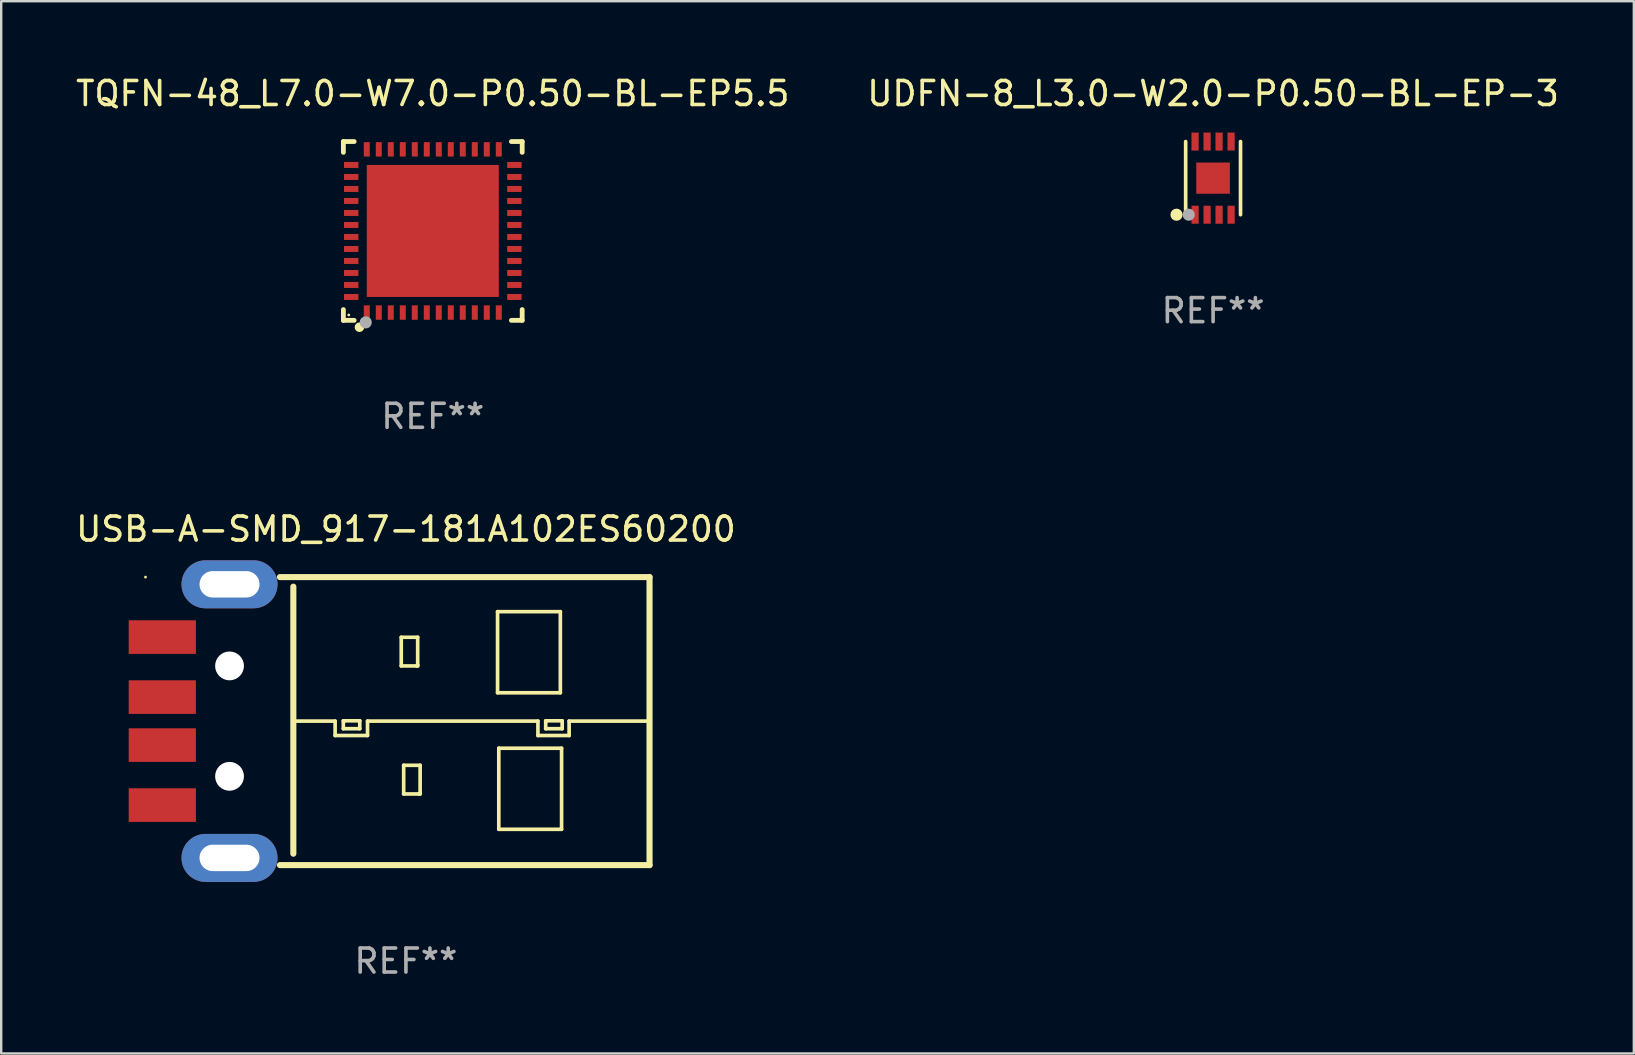
<source format=kicad_pcb>
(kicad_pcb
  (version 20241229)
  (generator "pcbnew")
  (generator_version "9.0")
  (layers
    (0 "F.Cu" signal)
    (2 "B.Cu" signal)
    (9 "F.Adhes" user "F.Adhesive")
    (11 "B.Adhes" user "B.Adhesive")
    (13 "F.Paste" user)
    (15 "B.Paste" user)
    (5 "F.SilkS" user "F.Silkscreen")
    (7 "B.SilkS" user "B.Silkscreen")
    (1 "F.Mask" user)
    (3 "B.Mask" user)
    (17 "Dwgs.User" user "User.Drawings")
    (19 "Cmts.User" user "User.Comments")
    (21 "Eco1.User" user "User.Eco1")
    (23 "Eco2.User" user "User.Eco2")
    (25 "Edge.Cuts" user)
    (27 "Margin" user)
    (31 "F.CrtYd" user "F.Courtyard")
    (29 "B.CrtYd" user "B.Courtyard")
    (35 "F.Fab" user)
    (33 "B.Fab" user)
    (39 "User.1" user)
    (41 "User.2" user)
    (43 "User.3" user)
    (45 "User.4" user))
  (footprint "UDFN-8_L3.0-W2.0-P0.50-BL-EP-3"
    (layer "F.Cu")
    (at 47.494 4.372)
    (property "Reference" "UDFN-8_L3.0-W2.0-P0.50-BL-EP-3" (at 0 -3.524 0) (layer "F.SilkS") (effects (font (size 1 1) (thickness 0.15))))
    (attr smd)
    (fp_line (start -1.143 1.524) (end -1.143 -1.524) (stroke (width 0.152) (type solid)) (layer "F.SilkS"))
    (fp_line (start 1.143 -1.524) (end 1.143 1.524) (stroke (width 0.152) (type solid)) (layer "F.SilkS"))
    (fp_circle (center -1.524 1.524) (end -1.397 1.524) (stroke (width 0.254) (type solid)) (fill no) (layer "F.SilkS"))
    (fp_circle (center -1 1.5) (end -0.97 1.5) (stroke (width 0.06) (type solid)) (fill no) (layer "F.SilkS"))
    (fp_circle (center -1.016 1.524) (end -0.889 1.524) (stroke (width 0.254) (type solid)) (fill no) (layer "F.Fab"))
    (fp_text user "REF**" (at 0 5.524 0) (layer "F.Fab") (effects (font (size 1 1) (thickness 0.15))))
    (pad "1" smd rect (at -0.75 1.524) (size 0.3 0.75) (layers "F.Cu" "F.Mask" "F.Paste"))
    (pad "2" smd rect (at -0.25 1.524) (size 0.3 0.75) (layers "F.Cu" "F.Mask" "F.Paste"))
    (pad "3" smd rect (at 0.25 1.524) (size 0.3 0.75) (layers "F.Cu" "F.Mask" "F.Paste"))
    (pad "4" smd rect (at 0.75 1.524) (size 0.3 0.75) (layers "F.Cu" "F.Mask" "F.Paste"))
    (pad "5" smd rect (at 0.75 -1.524) (size 0.3 0.75) (layers "F.Cu" "F.Mask" "F.Paste"))
    (pad "6" smd rect (at 0.25 -1.524) (size 0.3 0.75) (layers "F.Cu" "F.Mask" "F.Paste"))
    (pad "7" smd rect (at -0.25 -1.524) (size 0.3 0.75) (layers "F.Cu" "F.Mask" "F.Paste"))
    (pad "8" smd rect (at -0.75 -1.524) (size 0.3 0.75) (layers "F.Cu" "F.Mask" "F.Paste"))
    (pad "9" smd rect (at -0.000254 0) (size 1.4 1.3) (layers "F.Cu" "F.Mask" "F.Paste")))
  (footprint "TQFN-48_L7.0-W7.0-P0.50-BL-EP5.5"
    (layer "F.Cu")
    (at 14.982 6.573)
    (property "Reference" "TQFN-48_L7.0-W7.0-P0.50-BL-EP5.5" (at 0 -5.725 0) (layer "F.SilkS") (effects (font (size 1 1) (thickness 0.15))))
    (attr smd)
    (fp_line (start -3.725 -3.725) (end -3.275 -3.725) (stroke (width 0.2) (type solid)) (layer "F.SilkS"))
    (fp_line (start -3.725 -3.275) (end -3.725 -3.725) (stroke (width 0.2) (type solid)) (layer "F.SilkS"))
    (fp_line (start -3.725 3.725) (end -3.725 3.275) (stroke (width 0.2) (type solid)) (layer "F.SilkS"))
    (fp_line (start -3.275 3.725) (end -3.725 3.725) (stroke (width 0.2) (type solid)) (layer "F.SilkS"))
    (fp_line (start 3.275 3.725) (end 3.725 3.725) (stroke (width 0.2) (type solid)) (layer "F.SilkS"))
    (fp_line (start 3.725 -3.725) (end 3.275 -3.725) (stroke (width 0.2) (type solid)) (layer "F.SilkS"))
    (fp_line (start 3.725 -3.275) (end 3.725 -3.725) (stroke (width 0.2) (type solid)) (layer "F.SilkS"))
    (fp_line (start 3.725 3.725) (end 3.725 3.275) (stroke (width 0.2) (type solid)) (layer "F.SilkS"))
    (fp_circle (center -3.5 3.5) (end -3.47 3.5) (stroke (width 0.06) (type solid)) (fill no) (layer "F.SilkS"))
    (fp_circle (center -3.055 4.01) (end -2.955 4.01) (stroke (width 0.2) (type solid)) (fill no) (layer "F.SilkS"))
    (fp_circle (center -2.794 3.81) (end -2.667 3.81) (stroke (width 0.254) (type solid)) (fill no) (layer "F.Fab"))
    (fp_text user "REF**" (at 0 7.725 0) (layer "F.Fab") (effects (font (size 1 1) (thickness 0.15))))
    (pad "1" smd rect (at -2.75 3.4 180) (size 0.25 0.6) (layers "F.Cu" "F.Mask" "F.Paste"))
    (pad "2" smd rect (at -2.25 3.4 180) (size 0.25 0.6) (layers "F.Cu" "F.Mask" "F.Paste"))
    (pad "3" smd rect (at -1.75 3.4 180) (size 0.25 0.6) (layers "F.Cu" "F.Mask" "F.Paste"))
    (pad "4" smd rect (at -1.25 3.4 180) (size 0.25 0.6) (layers "F.Cu" "F.Mask" "F.Paste"))
    (pad "5" smd rect (at -0.75 3.4 180) (size 0.25 0.6) (layers "F.Cu" "F.Mask" "F.Paste"))
    (pad "6" smd rect (at -0.25 3.4 180) (size 0.25 0.6) (layers "F.Cu" "F.Mask" "F.Paste"))
    (pad "7" smd rect (at 0.25 3.4 180) (size 0.25 0.6) (layers "F.Cu" "F.Mask" "F.Paste"))
    (pad "8" smd rect (at 0.75 3.4 180) (size 0.25 0.6) (layers "F.Cu" "F.Mask" "F.Paste"))
    (pad "9" smd rect (at 1.25 3.4 180) (size 0.25 0.6) (layers "F.Cu" "F.Mask" "F.Paste"))
    (pad "10" smd rect (at 1.75 3.4 180) (size 0.25 0.6) (layers "F.Cu" "F.Mask" "F.Paste"))
    (pad "11" smd rect (at 2.25 3.4 180) (size 0.25 0.6) (layers "F.Cu" "F.Mask" "F.Paste"))
    (pad "12" smd rect (at 2.75 3.4 180) (size 0.25 0.6) (layers "F.Cu" "F.Mask" "F.Paste"))
    (pad "13" smd rect (at 3.4 2.75 90) (size 0.25 0.6) (layers "F.Cu" "F.Mask" "F.Paste"))
    (pad "14" smd rect (at 3.4 2.25 90) (size 0.25 0.6) (layers "F.Cu" "F.Mask" "F.Paste"))
    (pad "15" smd rect (at 3.4 1.75 90) (size 0.25 0.6) (layers "F.Cu" "F.Mask" "F.Paste"))
    (pad "16" smd rect (at 3.4 1.25 90) (size 0.25 0.6) (layers "F.Cu" "F.Mask" "F.Paste"))
    (pad "17" smd rect (at 3.4 0.75 90) (size 0.25 0.6) (layers "F.Cu" "F.Mask" "F.Paste"))
    (pad "18" smd rect (at 3.4 0.25 90) (size 0.25 0.6) (layers "F.Cu" "F.Mask" "F.Paste"))
    (pad "19" smd rect (at 3.4 -0.25 90) (size 0.25 0.6) (layers "F.Cu" "F.Mask" "F.Paste"))
    (pad "20" smd rect (at 3.4 -0.75 90) (size 0.25 0.6) (layers "F.Cu" "F.Mask" "F.Paste"))
    (pad "21" smd rect (at 3.4 -1.25 90) (size 0.25 0.6) (layers "F.Cu" "F.Mask" "F.Paste"))
    (pad "22" smd rect (at 3.4 -1.75 90) (size 0.25 0.6) (layers "F.Cu" "F.Mask" "F.Paste"))
    (pad "23" smd rect (at 3.4 -2.25 90) (size 0.25 0.6) (layers "F.Cu" "F.Mask" "F.Paste"))
    (pad "24" smd rect (at 3.4 -2.75 90) (size 0.25 0.6) (layers "F.Cu" "F.Mask" "F.Paste"))
    (pad "25" smd rect (at 2.75 -3.4 180) (size 0.25 0.6) (layers "F.Cu" "F.Mask" "F.Paste"))
    (pad "26" smd rect (at 2.25 -3.4 180) (size 0.25 0.6) (layers "F.Cu" "F.Mask" "F.Paste"))
    (pad "27" smd rect (at 1.75 -3.4 180) (size 0.25 0.6) (layers "F.Cu" "F.Mask" "F.Paste"))
    (pad "28" smd rect (at 1.25 -3.4 180) (size 0.25 0.6) (layers "F.Cu" "F.Mask" "F.Paste"))
    (pad "29" smd rect (at 0.75 -3.4 180) (size 0.25 0.6) (layers "F.Cu" "F.Mask" "F.Paste"))
    (pad "30" smd rect (at 0.25 -3.4 180) (size 0.25 0.6) (layers "F.Cu" "F.Mask" "F.Paste"))
    (pad "31" smd rect (at -0.25 -3.4 180) (size 0.25 0.6) (layers "F.Cu" "F.Mask" "F.Paste"))
    (pad "32" smd rect (at -0.75 -3.4 180) (size 0.25 0.6) (layers "F.Cu" "F.Mask" "F.Paste"))
    (pad "33" smd rect (at -1.25 -3.4 180) (size 0.25 0.6) (layers "F.Cu" "F.Mask" "F.Paste"))
    (pad "34" smd rect (at -1.75 -3.4 180) (size 0.25 0.6) (layers "F.Cu" "F.Mask" "F.Paste"))
    (pad "35" smd rect (at -2.25 -3.4 180) (size 0.25 0.6) (layers "F.Cu" "F.Mask" "F.Paste"))
    (pad "36" smd rect (at -2.75 -3.4 180) (size 0.25 0.6) (layers "F.Cu" "F.Mask" "F.Paste"))
    (pad "37" smd rect (at -3.4 -2.75 90) (size 0.25 0.6) (layers "F.Cu" "F.Mask" "F.Paste"))
    (pad "38" smd rect (at -3.4 -2.25 90) (size 0.25 0.6) (layers "F.Cu" "F.Mask" "F.Paste"))
    (pad "39" smd rect (at -3.4 -1.75 90) (size 0.25 0.6) (layers "F.Cu" "F.Mask" "F.Paste"))
    (pad "40" smd rect (at -3.4 -1.25 90) (size 0.25 0.6) (layers "F.Cu" "F.Mask" "F.Paste"))
    (pad "41" smd rect (at -3.4 -0.75 90) (size 0.25 0.6) (layers "F.Cu" "F.Mask" "F.Paste"))
    (pad "42" smd rect (at -3.4 -0.25 90) (size 0.25 0.6) (layers "F.Cu" "F.Mask" "F.Paste"))
    (pad "43" smd rect (at -3.4 0.25 90) (size 0.25 0.6) (layers "F.Cu" "F.Mask" "F.Paste"))
    (pad "44" smd rect (at -3.4 0.75 90) (size 0.25 0.6) (layers "F.Cu" "F.Mask" "F.Paste"))
    (pad "45" smd rect (at -3.4 1.25 90) (size 0.25 0.6) (layers "F.Cu" "F.Mask" "F.Paste"))
    (pad "46" smd rect (at -3.4 1.75 90) (size 0.25 0.6) (layers "F.Cu" "F.Mask" "F.Paste"))
    (pad "47" smd rect (at -3.4 2.25 90) (size 0.25 0.6) (layers "F.Cu" "F.Mask" "F.Paste"))
    (pad "48" smd rect (at -3.4 2.75 90) (size 0.25 0.6) (layers "F.Cu" "F.Mask" "F.Paste"))
    (pad "49" smd rect (at 0 0 90) (size 5.5 5.5) (layers "F.Cu" "F.Mask" "F.Paste")))
  (footprint "USB-A-SMD_917-181A102ES60200"
    (layer "F.Cu")
    (at 5.113 26.995)
    (property "Reference" "USB-A-SMD_917-181A102ES60200" (at 8.75 -8 0) (layer "F.SilkS") (effects (font (size 1 1) (thickness 0.15))))
    (attr through_hole)
    (fp_line (start 4.059 -5.601) (end 4.059 5.524) (stroke (width 0.254) (type solid)) (layer "F.SilkS"))
    (fp_line (start 4.2 -0.000051) (end 5.8 -0.000051) (stroke (width 0.152) (type solid)) (layer "F.SilkS"))
    (fp_line (start 5.8 -0.000051) (end 5.8 0.6) (stroke (width 0.152) (type solid)) (layer "F.SilkS"))
    (fp_line (start 5.8 0.6) (end 7.15 0.6) (stroke (width 0.152) (type solid)) (layer "F.SilkS"))
    (fp_line (start 6.142 -0.013) (end 6.142 0.317) (stroke (width 0.152) (type solid)) (layer "F.SilkS"))
    (fp_line (start 6.142 0.317) (end 6.827 0.317) (stroke (width 0.152) (type solid)) (layer "F.SilkS"))
    (fp_line (start 6.192 -0.013) (end 6.142 -0.013) (stroke (width 0.152) (type solid)) (layer "F.SilkS"))
    (fp_line (start 6.827 -0.013) (end 6.192 -0.013) (stroke (width 0.152) (type solid)) (layer "F.SilkS"))
    (fp_line (start 6.827 0.317) (end 6.827 -0.013) (stroke (width 0.152) (type solid)) (layer "F.SilkS"))
    (fp_line (start 7.15 -0.000051) (end 14.25 -0.000051) (stroke (width 0.152) (type solid)) (layer "F.SilkS"))
    (fp_line (start 7.15 0.6) (end 7.15 -0.000051) (stroke (width 0.152) (type solid)) (layer "F.SilkS"))
    (fp_line (start 8.555 -3.493) (end 8.555 -2.299) (stroke (width 0.152) (type solid)) (layer "F.SilkS"))
    (fp_line (start 8.555 -2.299) (end 9.19 -2.299) (stroke (width 0.152) (type solid)) (layer "F.SilkS"))
    (fp_line (start 8.656 1.841) (end 8.656 3.035) (stroke (width 0.152) (type solid)) (layer "F.SilkS"))
    (fp_line (start 8.656 3.035) (end 9.291 3.035) (stroke (width 0.152) (type solid)) (layer "F.SilkS"))
    (fp_line (start 9.19 -2.299) (end 9.24 -2.299) (stroke (width 0.152) (type solid)) (layer "F.SilkS"))
    (fp_line (start 9.24 -3.493) (end 8.555 -3.493) (stroke (width 0.152) (type solid)) (layer "F.SilkS"))
    (fp_line (start 9.24 -2.35) (end 9.24 -3.493) (stroke (width 0.152) (type solid)) (layer "F.SilkS"))
    (fp_line (start 9.24 -2.299) (end 9.24 -2.35) (stroke (width 0.152) (type solid)) (layer "F.SilkS"))
    (fp_line (start 9.291 3.035) (end 9.342 3.035) (stroke (width 0.152) (type solid)) (layer "F.SilkS"))
    (fp_line (start 9.342 1.841) (end 8.656 1.841) (stroke (width 0.152) (type solid)) (layer "F.SilkS"))
    (fp_line (start 9.342 2.984) (end 9.342 1.841) (stroke (width 0.152) (type solid)) (layer "F.SilkS"))
    (fp_line (start 9.342 3.035) (end 9.342 2.984) (stroke (width 0.152) (type solid)) (layer "F.SilkS"))
    (fp_line (start 12.568 -4.56) (end 15.184 -4.56) (stroke (width 0.152) (type solid)) (layer "F.SilkS"))
    (fp_line (start 12.568 -1.181) (end 12.568 -4.56) (stroke (width 0.152) (type solid)) (layer "F.SilkS"))
    (fp_line (start 12.619 1.13) (end 15.235 1.13) (stroke (width 0.152) (type solid)) (layer "F.SilkS"))
    (fp_line (start 12.619 4.508) (end 12.619 1.13) (stroke (width 0.152) (type solid)) (layer "F.SilkS"))
    (fp_line (start 14.25 -0.000051) (end 14.25 0.6) (stroke (width 0.152) (type solid)) (layer "F.SilkS"))
    (fp_line (start 14.25 0.6) (end 15.55 0.6) (stroke (width 0.152) (type solid)) (layer "F.SilkS"))
    (fp_line (start 14.574 -0.013) (end 14.574 0.317) (stroke (width 0.152) (type solid)) (layer "F.SilkS"))
    (fp_line (start 14.574 0.317) (end 15.26 0.317) (stroke (width 0.152) (type solid)) (layer "F.SilkS"))
    (fp_line (start 14.625 -0.013) (end 14.574 -0.013) (stroke (width 0.152) (type solid)) (layer "F.SilkS"))
    (fp_line (start 15.184 -4.56) (end 15.184 -1.181) (stroke (width 0.152) (type solid)) (layer "F.SilkS"))
    (fp_line (start 15.184 -1.181) (end 12.568 -1.181) (stroke (width 0.152) (type solid)) (layer "F.SilkS"))
    (fp_line (start 15.235 1.13) (end 15.235 4.508) (stroke (width 0.152) (type solid)) (layer "F.SilkS"))
    (fp_line (start 15.235 4.508) (end 12.619 4.508) (stroke (width 0.152) (type solid)) (layer "F.SilkS"))
    (fp_line (start 15.26 -0.013) (end 14.625 -0.013) (stroke (width 0.152) (type solid)) (layer "F.SilkS"))
    (fp_line (start 15.26 0.317) (end 15.26 -0.013) (stroke (width 0.152) (type solid)) (layer "F.SilkS"))
    (fp_line (start 15.55 -0.000051) (end 18.9 -0.000051) (stroke (width 0.152) (type solid)) (layer "F.SilkS"))
    (fp_line (start 15.55 0.6) (end 15.55 -0.000051) (stroke (width 0.152) (type solid)) (layer "F.SilkS"))
    (fp_line (start 18.9 -6) (end 3.5 -6) (stroke (width 0.254) (type solid)) (layer "F.SilkS"))
    (fp_line (start 18.9 -6) (end 18.9 6) (stroke (width 0.254) (type solid)) (layer "F.SilkS"))
    (fp_line (start 18.9 6) (end 3.5 6) (stroke (width 0.254) (type solid)) (layer "F.SilkS"))
    (fp_circle (center -2.1 -6) (end -2.07 -6) (stroke (width 0.06) (type solid)) (fill no) (layer "F.SilkS"))
    (fp_circle (center 1.4 -2.3) (end 1.615 -2.3) (stroke (width 0.43) (type solid)) (fill no) (layer "F.Fab"))
    (fp_circle (center 1.4 2.3) (end 1.615 2.3) (stroke (width 0.43) (type solid)) (fill no) (layer "F.Fab"))
    (fp_text user "REF**" (at 8.75 10 0) (layer "F.Fab") (effects (font (size 1 1) (thickness 0.15))))
    (pad "" np_thru_hole circle (at 1.4 -2.3) (size 1.2 1.2) (drill 1.2) (layers "*.Cu" "*.Mask"))
    (pad "" np_thru_hole circle (at 1.4 2.3) (size 1.2 1.2) (drill 1.2) (layers "*.Cu" "*.Mask"))
    (pad "1" smd rect (at -1.4 -3.5) (size 2.8 1.4) (layers "F.Cu" "F.Mask" "F.Paste"))
    (pad "2" smd rect (at -1.4 -1) (size 2.8 1.4) (layers "F.Cu" "F.Mask" "F.Paste"))
    (pad "3" smd rect (at -1.4 1) (size 2.8 1.4) (layers "F.Cu" "F.Mask" "F.Paste"))
    (pad "4" smd rect (at -1.4 3.5) (size 2.8 1.4) (layers "F.Cu" "F.Mask" "F.Paste"))
    (pad "5" thru_hole oval (at 1.4 -5.7) (size 4 2) (drill oval 2.5 1.1) (layers "*.Cu" "*.Mask"))
    (pad "6" thru_hole oval (at 1.4 5.7) (size 4 2) (drill oval 2.5 1.1) (layers "*.Cu" "*.Mask")))
  (gr_rect
    (start -3 -3)
    (end 65.024 40.843)
    (stroke (width 0.1) (type default))
    (fill no)
    (layer "Edge.Cuts")))
</source>
